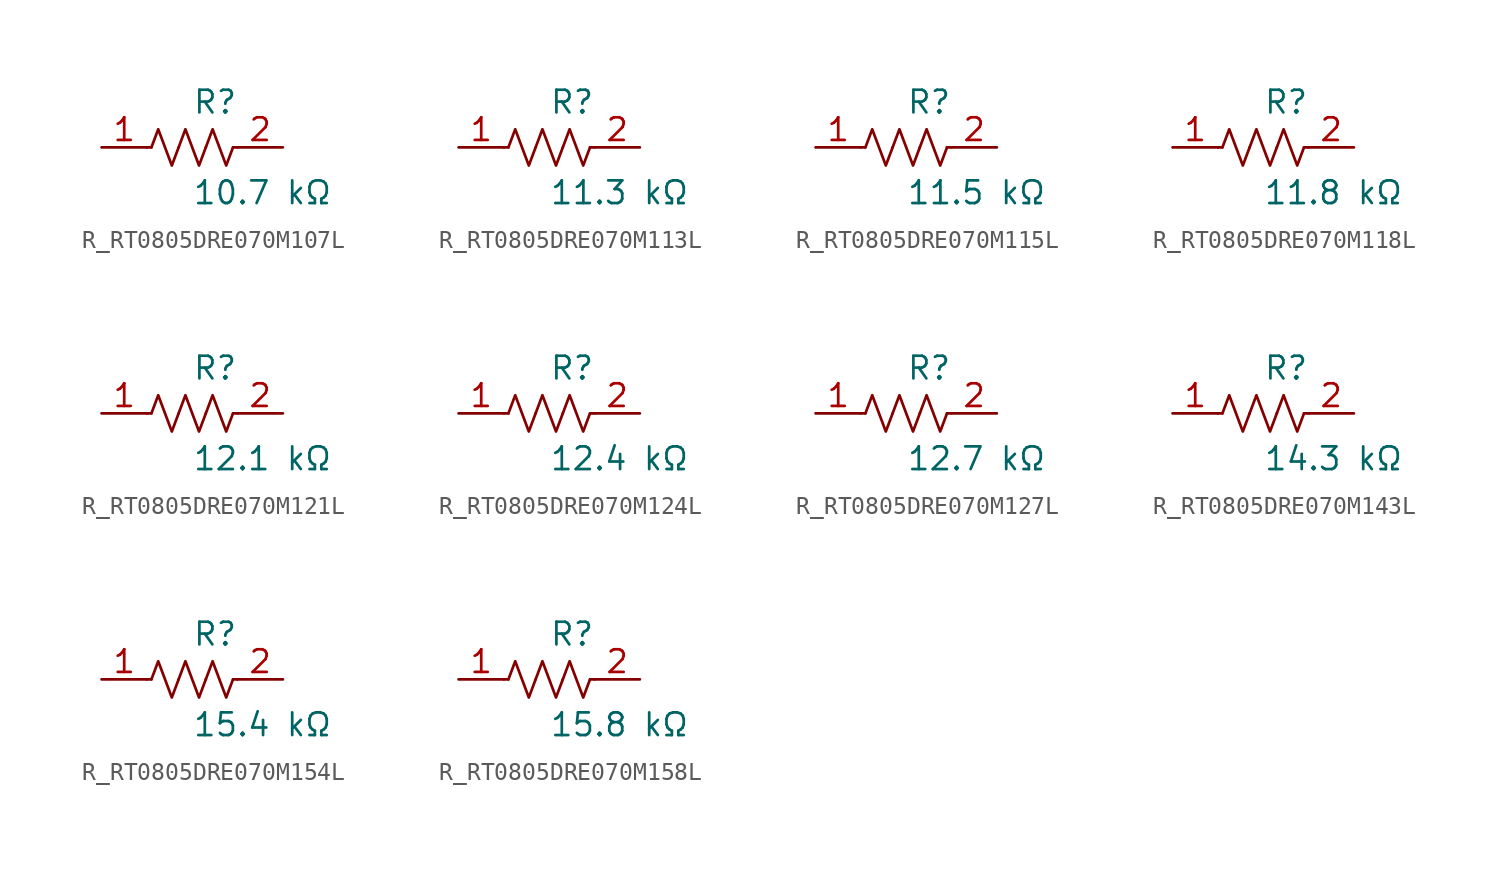
<source format=kicad_sym>
(kicad_symbol_lib
  (version 20231120)
  (generator kicad_symbol_editor)
  (generator_version 8.0)
  (symbol "R_RT0805DRE070M107L"
    (pin_names
      (offset 0.254))
    (property "Reference" "R"
      (at 0.0 2.54 0)
      (effects (font (size 1.27 1.27)) (justify left)))
    (property "Value" "10.7 kΩ"
      (at 0.0 -2.54 0)
      (effects (font (size 1.27 1.27)) (justify left)))
    (symbol "R_RT0805DRE070M107L_0_1"
      (polyline (pts (xy 2.286 0) (xy 2.54 0)) (stroke (width 0) (type default)) (fill (type none)))
      (polyline (pts (xy -2.286 0) (xy -2.54 0)) (stroke (width 0) (type default)) (fill (type none)))
      (polyline (pts (xy 0.762 0) (xy 1.143 1.016) (xy 1.524 0) (xy 1.905 -1.016) (xy 2.286 0)) (stroke (width 0) (type default)) (fill (type none)))
      (polyline (pts (xy -0.762 0) (xy -0.381 1.016) (xy 0 0) (xy 0.381 -1.016) (xy 0.762 0)) (stroke (width 0) (type default)) (fill (type none)))
      (polyline (pts (xy -2.286 0) (xy -1.905 1.016) (xy -1.524 0) (xy -1.143 -1.016) (xy -0.762 0)) (stroke (width 0) (type default)) (fill (type none))))
    (pin unspecified line
      (at -5.08 0 0)
      (length 2.54)
      (name "" (effects (font (size 1.27 1.27))))
      (number "1" (effects (font (size 1.27 1.27)))))
    (pin unspecified line
      (at 5.08 0 180)
      (length 2.54)
      (name "" (effects (font (size 1.27 1.27))))
      (number "2" (effects (font (size 1.27 1.27))))))
  (symbol "R_RT0805DRE070M113L"
    (pin_names
      (offset 0.254))
    (property "Reference" "R"
      (at 0.0 2.54 0)
      (effects (font (size 1.27 1.27)) (justify left)))
    (property "Value" "11.3 kΩ"
      (at 0.0 -2.54 0)
      (effects (font (size 1.27 1.27)) (justify left)))
    (symbol "R_RT0805DRE070M113L_0_1"
      (polyline (pts (xy 2.286 0) (xy 2.54 0)) (stroke (width 0) (type default)) (fill (type none)))
      (polyline (pts (xy -2.286 0) (xy -2.54 0)) (stroke (width 0) (type default)) (fill (type none)))
      (polyline (pts (xy 0.762 0) (xy 1.143 1.016) (xy 1.524 0) (xy 1.905 -1.016) (xy 2.286 0)) (stroke (width 0) (type default)) (fill (type none)))
      (polyline (pts (xy -0.762 0) (xy -0.381 1.016) (xy 0 0) (xy 0.381 -1.016) (xy 0.762 0)) (stroke (width 0) (type default)) (fill (type none)))
      (polyline (pts (xy -2.286 0) (xy -1.905 1.016) (xy -1.524 0) (xy -1.143 -1.016) (xy -0.762 0)) (stroke (width 0) (type default)) (fill (type none))))
    (pin unspecified line
      (at -5.08 0 0)
      (length 2.54)
      (name "" (effects (font (size 1.27 1.27))))
      (number "1" (effects (font (size 1.27 1.27)))))
    (pin unspecified line
      (at 5.08 0 180)
      (length 2.54)
      (name "" (effects (font (size 1.27 1.27))))
      (number "2" (effects (font (size 1.27 1.27))))))
  (symbol "R_RT0805DRE070M115L"
    (pin_names
      (offset 0.254))
    (property "Reference" "R"
      (at 0.0 2.54 0)
      (effects (font (size 1.27 1.27)) (justify left)))
    (property "Value" "11.5 kΩ"
      (at 0.0 -2.54 0)
      (effects (font (size 1.27 1.27)) (justify left)))
    (symbol "R_RT0805DRE070M115L_0_1"
      (polyline (pts (xy 2.286 0) (xy 2.54 0)) (stroke (width 0) (type default)) (fill (type none)))
      (polyline (pts (xy -2.286 0) (xy -2.54 0)) (stroke (width 0) (type default)) (fill (type none)))
      (polyline (pts (xy 0.762 0) (xy 1.143 1.016) (xy 1.524 0) (xy 1.905 -1.016) (xy 2.286 0)) (stroke (width 0) (type default)) (fill (type none)))
      (polyline (pts (xy -0.762 0) (xy -0.381 1.016) (xy 0 0) (xy 0.381 -1.016) (xy 0.762 0)) (stroke (width 0) (type default)) (fill (type none)))
      (polyline (pts (xy -2.286 0) (xy -1.905 1.016) (xy -1.524 0) (xy -1.143 -1.016) (xy -0.762 0)) (stroke (width 0) (type default)) (fill (type none))))
    (pin unspecified line
      (at -5.08 0 0)
      (length 2.54)
      (name "" (effects (font (size 1.27 1.27))))
      (number "1" (effects (font (size 1.27 1.27)))))
    (pin unspecified line
      (at 5.08 0 180)
      (length 2.54)
      (name "" (effects (font (size 1.27 1.27))))
      (number "2" (effects (font (size 1.27 1.27))))))
  (symbol "R_RT0805DRE070M118L"
    (pin_names
      (offset 0.254))
    (property "Reference" "R"
      (at 0.0 2.54 0)
      (effects (font (size 1.27 1.27)) (justify left)))
    (property "Value" "11.8 kΩ"
      (at 0.0 -2.54 0)
      (effects (font (size 1.27 1.27)) (justify left)))
    (symbol "R_RT0805DRE070M118L_0_1"
      (polyline (pts (xy 2.286 0) (xy 2.54 0)) (stroke (width 0) (type default)) (fill (type none)))
      (polyline (pts (xy -2.286 0) (xy -2.54 0)) (stroke (width 0) (type default)) (fill (type none)))
      (polyline (pts (xy 0.762 0) (xy 1.143 1.016) (xy 1.524 0) (xy 1.905 -1.016) (xy 2.286 0)) (stroke (width 0) (type default)) (fill (type none)))
      (polyline (pts (xy -0.762 0) (xy -0.381 1.016) (xy 0 0) (xy 0.381 -1.016) (xy 0.762 0)) (stroke (width 0) (type default)) (fill (type none)))
      (polyline (pts (xy -2.286 0) (xy -1.905 1.016) (xy -1.524 0) (xy -1.143 -1.016) (xy -0.762 0)) (stroke (width 0) (type default)) (fill (type none))))
    (pin unspecified line
      (at -5.08 0 0)
      (length 2.54)
      (name "" (effects (font (size 1.27 1.27))))
      (number "1" (effects (font (size 1.27 1.27)))))
    (pin unspecified line
      (at 5.08 0 180)
      (length 2.54)
      (name "" (effects (font (size 1.27 1.27))))
      (number "2" (effects (font (size 1.27 1.27))))))
  (symbol "R_RT0805DRE070M121L"
    (pin_names
      (offset 0.254))
    (property "Reference" "R"
      (at 0.0 2.54 0)
      (effects (font (size 1.27 1.27)) (justify left)))
    (property "Value" "12.1 kΩ"
      (at 0.0 -2.54 0)
      (effects (font (size 1.27 1.27)) (justify left)))
    (symbol "R_RT0805DRE070M121L_0_1"
      (polyline (pts (xy 2.286 0) (xy 2.54 0)) (stroke (width 0) (type default)) (fill (type none)))
      (polyline (pts (xy -2.286 0) (xy -2.54 0)) (stroke (width 0) (type default)) (fill (type none)))
      (polyline (pts (xy 0.762 0) (xy 1.143 1.016) (xy 1.524 0) (xy 1.905 -1.016) (xy 2.286 0)) (stroke (width 0) (type default)) (fill (type none)))
      (polyline (pts (xy -0.762 0) (xy -0.381 1.016) (xy 0 0) (xy 0.381 -1.016) (xy 0.762 0)) (stroke (width 0) (type default)) (fill (type none)))
      (polyline (pts (xy -2.286 0) (xy -1.905 1.016) (xy -1.524 0) (xy -1.143 -1.016) (xy -0.762 0)) (stroke (width 0) (type default)) (fill (type none))))
    (pin unspecified line
      (at -5.08 0 0)
      (length 2.54)
      (name "" (effects (font (size 1.27 1.27))))
      (number "1" (effects (font (size 1.27 1.27)))))
    (pin unspecified line
      (at 5.08 0 180)
      (length 2.54)
      (name "" (effects (font (size 1.27 1.27))))
      (number "2" (effects (font (size 1.27 1.27))))))
  (symbol "R_RT0805DRE070M124L"
    (pin_names
      (offset 0.254))
    (property "Reference" "R"
      (at 0.0 2.54 0)
      (effects (font (size 1.27 1.27)) (justify left)))
    (property "Value" "12.4 kΩ"
      (at 0.0 -2.54 0)
      (effects (font (size 1.27 1.27)) (justify left)))
    (symbol "R_RT0805DRE070M124L_0_1"
      (polyline (pts (xy 2.286 0) (xy 2.54 0)) (stroke (width 0) (type default)) (fill (type none)))
      (polyline (pts (xy -2.286 0) (xy -2.54 0)) (stroke (width 0) (type default)) (fill (type none)))
      (polyline (pts (xy 0.762 0) (xy 1.143 1.016) (xy 1.524 0) (xy 1.905 -1.016) (xy 2.286 0)) (stroke (width 0) (type default)) (fill (type none)))
      (polyline (pts (xy -0.762 0) (xy -0.381 1.016) (xy 0 0) (xy 0.381 -1.016) (xy 0.762 0)) (stroke (width 0) (type default)) (fill (type none)))
      (polyline (pts (xy -2.286 0) (xy -1.905 1.016) (xy -1.524 0) (xy -1.143 -1.016) (xy -0.762 0)) (stroke (width 0) (type default)) (fill (type none))))
    (pin unspecified line
      (at -5.08 0 0)
      (length 2.54)
      (name "" (effects (font (size 1.27 1.27))))
      (number "1" (effects (font (size 1.27 1.27)))))
    (pin unspecified line
      (at 5.08 0 180)
      (length 2.54)
      (name "" (effects (font (size 1.27 1.27))))
      (number "2" (effects (font (size 1.27 1.27))))))
  (symbol "R_RT0805DRE070M127L"
    (pin_names
      (offset 0.254))
    (property "Reference" "R"
      (at 0.0 2.54 0)
      (effects (font (size 1.27 1.27)) (justify left)))
    (property "Value" "12.7 kΩ"
      (at 0.0 -2.54 0)
      (effects (font (size 1.27 1.27)) (justify left)))
    (symbol "R_RT0805DRE070M127L_0_1"
      (polyline (pts (xy 2.286 0) (xy 2.54 0)) (stroke (width 0) (type default)) (fill (type none)))
      (polyline (pts (xy -2.286 0) (xy -2.54 0)) (stroke (width 0) (type default)) (fill (type none)))
      (polyline (pts (xy 0.762 0) (xy 1.143 1.016) (xy 1.524 0) (xy 1.905 -1.016) (xy 2.286 0)) (stroke (width 0) (type default)) (fill (type none)))
      (polyline (pts (xy -0.762 0) (xy -0.381 1.016) (xy 0 0) (xy 0.381 -1.016) (xy 0.762 0)) (stroke (width 0) (type default)) (fill (type none)))
      (polyline (pts (xy -2.286 0) (xy -1.905 1.016) (xy -1.524 0) (xy -1.143 -1.016) (xy -0.762 0)) (stroke (width 0) (type default)) (fill (type none))))
    (pin unspecified line
      (at -5.08 0 0)
      (length 2.54)
      (name "" (effects (font (size 1.27 1.27))))
      (number "1" (effects (font (size 1.27 1.27)))))
    (pin unspecified line
      (at 5.08 0 180)
      (length 2.54)
      (name "" (effects (font (size 1.27 1.27))))
      (number "2" (effects (font (size 1.27 1.27))))))
  (symbol "R_RT0805DRE070M143L"
    (pin_names
      (offset 0.254))
    (property "Reference" "R"
      (at 0.0 2.54 0)
      (effects (font (size 1.27 1.27)) (justify left)))
    (property "Value" "14.3 kΩ"
      (at 0.0 -2.54 0)
      (effects (font (size 1.27 1.27)) (justify left)))
    (symbol "R_RT0805DRE070M143L_0_1"
      (polyline (pts (xy 2.286 0) (xy 2.54 0)) (stroke (width 0) (type default)) (fill (type none)))
      (polyline (pts (xy -2.286 0) (xy -2.54 0)) (stroke (width 0) (type default)) (fill (type none)))
      (polyline (pts (xy 0.762 0) (xy 1.143 1.016) (xy 1.524 0) (xy 1.905 -1.016) (xy 2.286 0)) (stroke (width 0) (type default)) (fill (type none)))
      (polyline (pts (xy -0.762 0) (xy -0.381 1.016) (xy 0 0) (xy 0.381 -1.016) (xy 0.762 0)) (stroke (width 0) (type default)) (fill (type none)))
      (polyline (pts (xy -2.286 0) (xy -1.905 1.016) (xy -1.524 0) (xy -1.143 -1.016) (xy -0.762 0)) (stroke (width 0) (type default)) (fill (type none))))
    (pin unspecified line
      (at -5.08 0 0)
      (length 2.54)
      (name "" (effects (font (size 1.27 1.27))))
      (number "1" (effects (font (size 1.27 1.27)))))
    (pin unspecified line
      (at 5.08 0 180)
      (length 2.54)
      (name "" (effects (font (size 1.27 1.27))))
      (number "2" (effects (font (size 1.27 1.27))))))
  (symbol "R_RT0805DRE070M154L"
    (pin_names
      (offset 0.254))
    (property "Reference" "R"
      (at 0.0 2.54 0)
      (effects (font (size 1.27 1.27)) (justify left)))
    (property "Value" "15.4 kΩ"
      (at 0.0 -2.54 0)
      (effects (font (size 1.27 1.27)) (justify left)))
    (symbol "R_RT0805DRE070M154L_0_1"
      (polyline (pts (xy 2.286 0) (xy 2.54 0)) (stroke (width 0) (type default)) (fill (type none)))
      (polyline (pts (xy -2.286 0) (xy -2.54 0)) (stroke (width 0) (type default)) (fill (type none)))
      (polyline (pts (xy 0.762 0) (xy 1.143 1.016) (xy 1.524 0) (xy 1.905 -1.016) (xy 2.286 0)) (stroke (width 0) (type default)) (fill (type none)))
      (polyline (pts (xy -0.762 0) (xy -0.381 1.016) (xy 0 0) (xy 0.381 -1.016) (xy 0.762 0)) (stroke (width 0) (type default)) (fill (type none)))
      (polyline (pts (xy -2.286 0) (xy -1.905 1.016) (xy -1.524 0) (xy -1.143 -1.016) (xy -0.762 0)) (stroke (width 0) (type default)) (fill (type none))))
    (pin unspecified line
      (at -5.08 0 0)
      (length 2.54)
      (name "" (effects (font (size 1.27 1.27))))
      (number "1" (effects (font (size 1.27 1.27)))))
    (pin unspecified line
      (at 5.08 0 180)
      (length 2.54)
      (name "" (effects (font (size 1.27 1.27))))
      (number "2" (effects (font (size 1.27 1.27))))))
  (symbol "R_RT0805DRE070M158L"
    (pin_names
      (offset 0.254))
    (property "Reference" "R"
      (at 0.0 2.54 0)
      (effects (font (size 1.27 1.27)) (justify left)))
    (property "Value" "15.8 kΩ"
      (at 0.0 -2.54 0)
      (effects (font (size 1.27 1.27)) (justify left)))
    (symbol "R_RT0805DRE070M158L_0_1"
      (polyline (pts (xy 2.286 0) (xy 2.54 0)) (stroke (width 0) (type default)) (fill (type none)))
      (polyline (pts (xy -2.286 0) (xy -2.54 0)) (stroke (width 0) (type default)) (fill (type none)))
      (polyline (pts (xy 0.762 0) (xy 1.143 1.016) (xy 1.524 0) (xy 1.905 -1.016) (xy 2.286 0)) (stroke (width 0) (type default)) (fill (type none)))
      (polyline (pts (xy -0.762 0) (xy -0.381 1.016) (xy 0 0) (xy 0.381 -1.016) (xy 0.762 0)) (stroke (width 0) (type default)) (fill (type none)))
      (polyline (pts (xy -2.286 0) (xy -1.905 1.016) (xy -1.524 0) (xy -1.143 -1.016) (xy -0.762 0)) (stroke (width 0) (type default)) (fill (type none))))
    (pin unspecified line
      (at -5.08 0 0)
      (length 2.54)
      (name "" (effects (font (size 1.27 1.27))))
      (number "1" (effects (font (size 1.27 1.27)))))
    (pin unspecified line
      (at 5.08 0 180)
      (length 2.54)
      (name "" (effects (font (size 1.27 1.27))))
      (number "2" (effects (font (size 1.27 1.27)))))))
</source>
